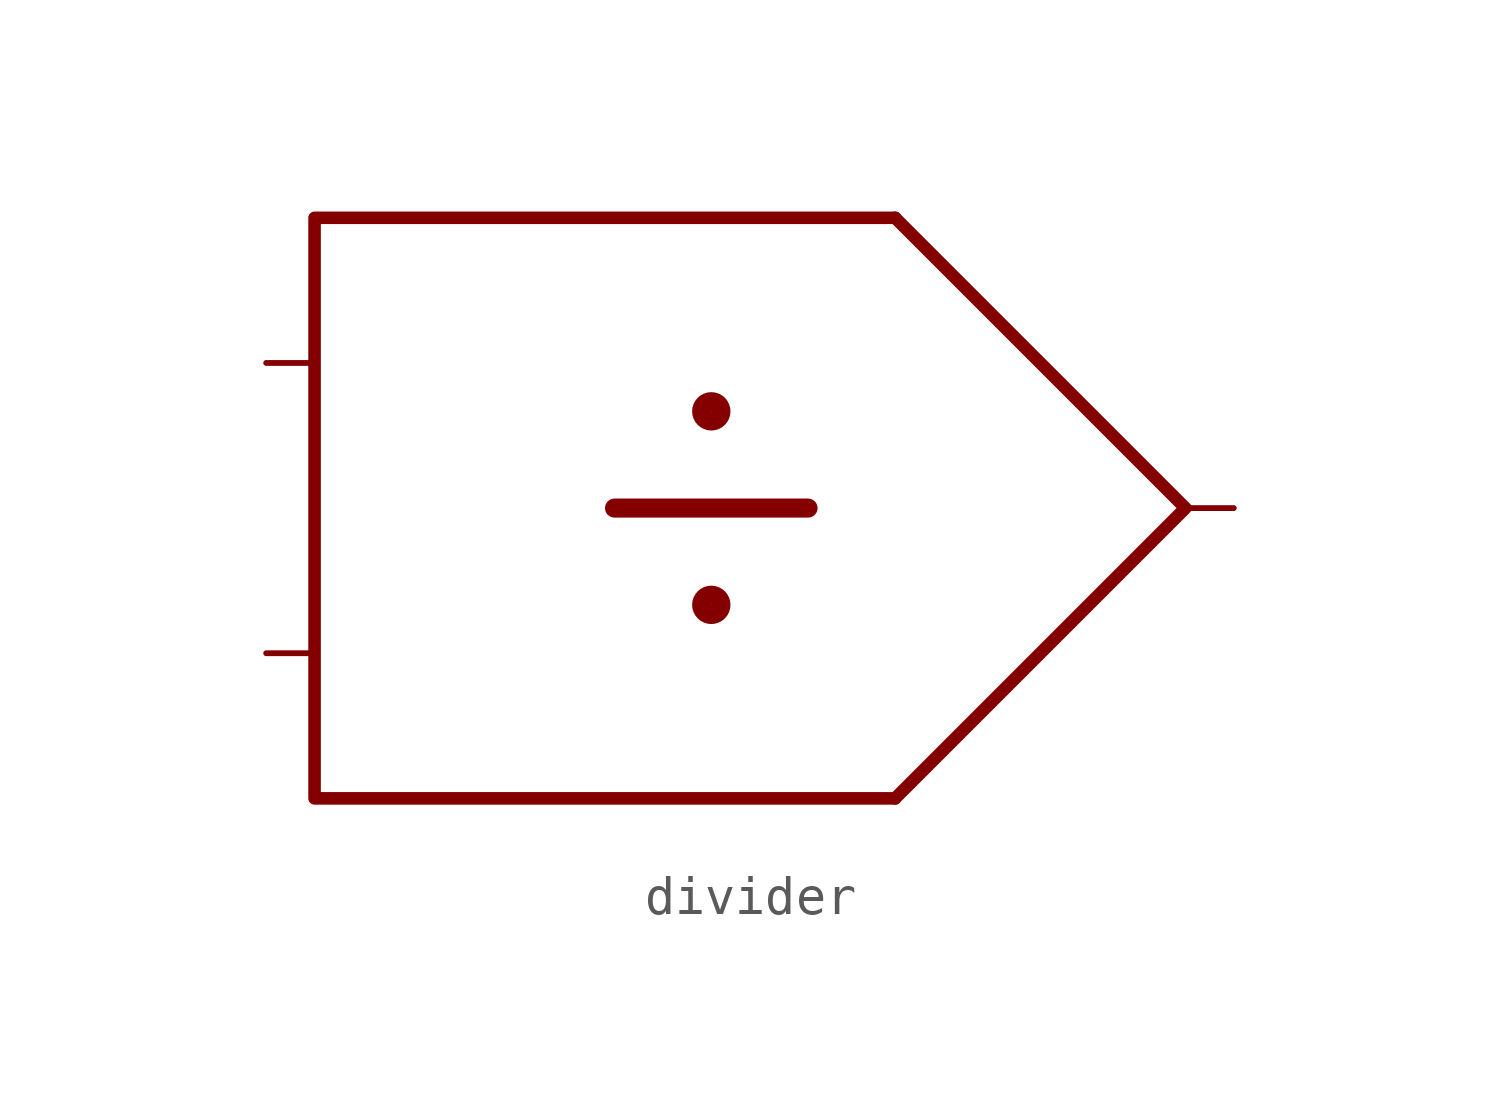
<source format=kicad_sym>
(kicad_symbol_lib
  (version 20211014)
  (generator kicad_symbol_editor)
  (symbol "divider"
    (property "Reference" "U"
      (at 3.81 12.7 0)
      (effects (font (size 1.27 1.27)) hide))
    (symbol "divider_0_0"
      (circle (center -4.826 -2.54) (radius 0.254) (stroke (width 0.5) (type default) (color 0 0 0 0)) (fill (type none)))
      (circle (center -4.826 2.54) (radius 0.254) (stroke (width 0.5) (type default) (color 0 0 0 0)) (fill (type none)))
      (polyline (pts (xy -7.366 0) (xy -2.286 0)) (stroke (width 0.5) (type default) (color 0 0 0 0)) (fill (type none)))
      (polyline (pts (xy 0 7.62) (xy -15.24 7.62) (xy -15.24 -7.62) (xy 0 -7.62)) (stroke (width 0.33) (type default) (color 0 0 0 0)) (fill (type none))))
    (symbol "divider_0_1"
      (polyline (pts (xy 0 7.62) (xy 7.62 0) (xy 0 -7.62)) (stroke (width 0.33) (type default) (color 0 0 0 0)) (fill (type none))))
    (symbol "divider_1_1"
      (pin input line (at -16.51 -3.81 0) (length 1.27) (name "" (effects (font (size 1.27 1.27)))) (number "" (effects (font (size 1.27 1.27)))))
      (pin input line (at -16.51 3.81 0) (length 1.27) (name "" (effects (font (size 1.27 1.27)))) (number "" (effects (font (size 1.27 1.27)))))
      (pin output line (at 8.89 0 180) (length 1.27) (name "" (effects (font (size 1.27 1.27)))) (number "" (effects (font (size 1.27 1.27))))))))
</source>
